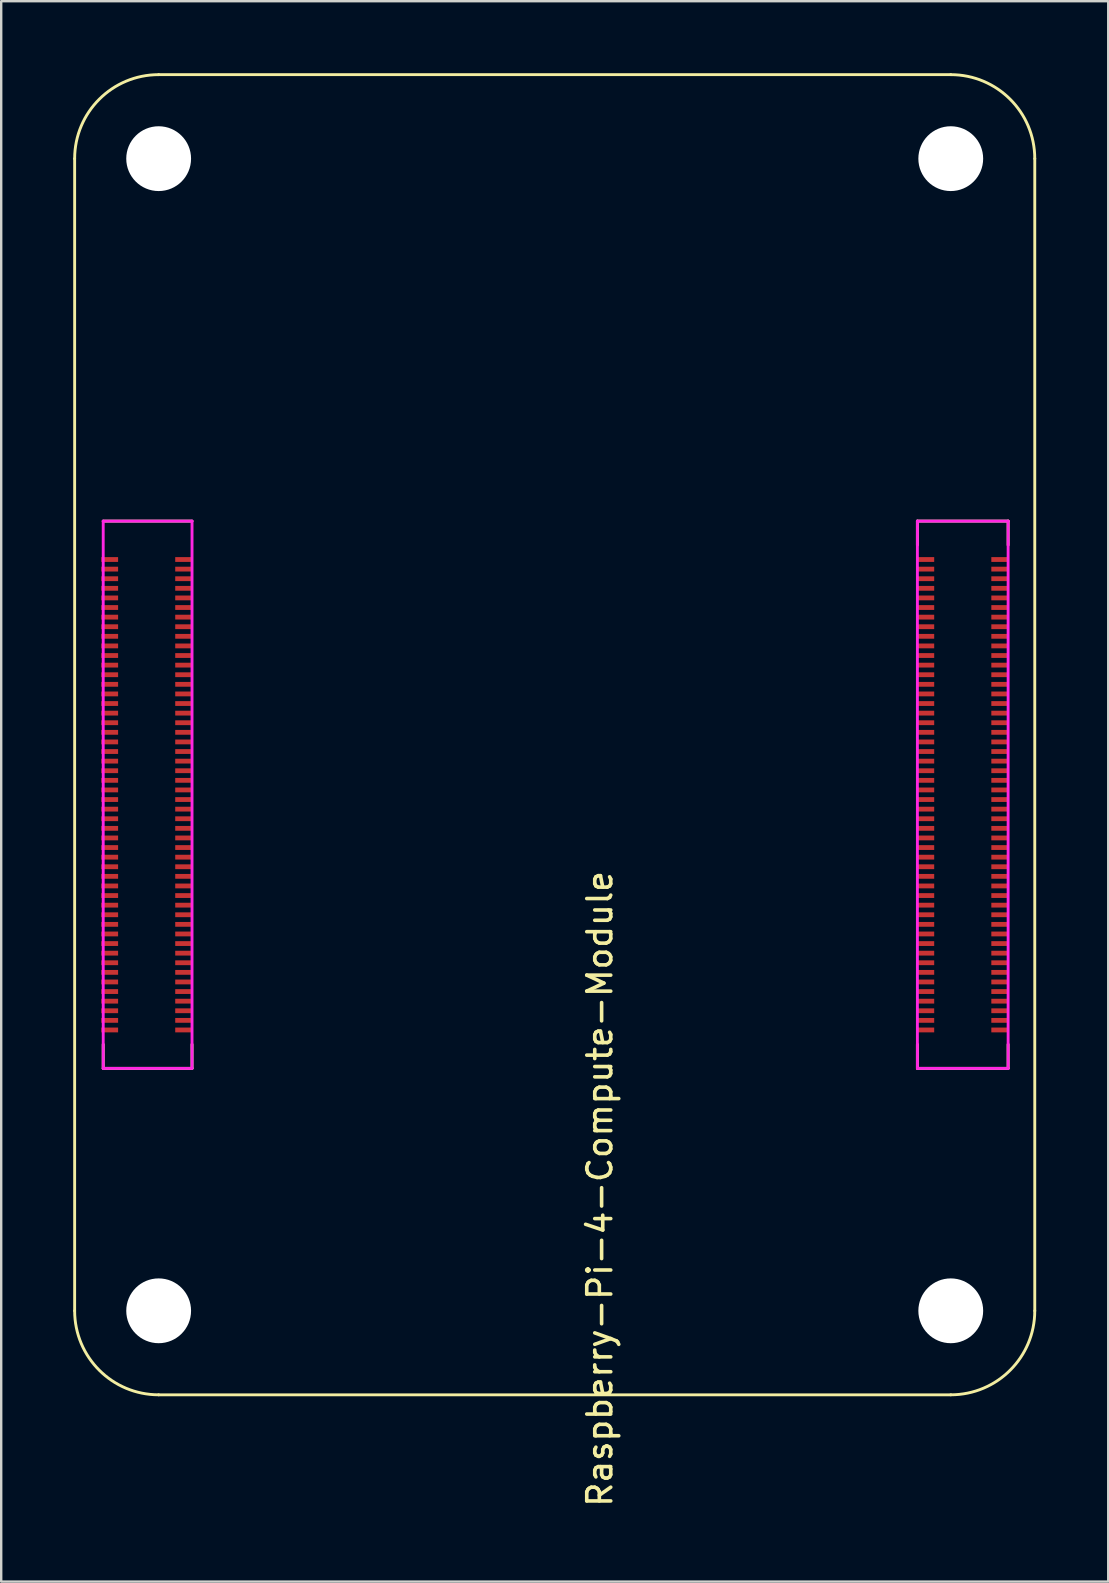
<source format=kicad_pcb>
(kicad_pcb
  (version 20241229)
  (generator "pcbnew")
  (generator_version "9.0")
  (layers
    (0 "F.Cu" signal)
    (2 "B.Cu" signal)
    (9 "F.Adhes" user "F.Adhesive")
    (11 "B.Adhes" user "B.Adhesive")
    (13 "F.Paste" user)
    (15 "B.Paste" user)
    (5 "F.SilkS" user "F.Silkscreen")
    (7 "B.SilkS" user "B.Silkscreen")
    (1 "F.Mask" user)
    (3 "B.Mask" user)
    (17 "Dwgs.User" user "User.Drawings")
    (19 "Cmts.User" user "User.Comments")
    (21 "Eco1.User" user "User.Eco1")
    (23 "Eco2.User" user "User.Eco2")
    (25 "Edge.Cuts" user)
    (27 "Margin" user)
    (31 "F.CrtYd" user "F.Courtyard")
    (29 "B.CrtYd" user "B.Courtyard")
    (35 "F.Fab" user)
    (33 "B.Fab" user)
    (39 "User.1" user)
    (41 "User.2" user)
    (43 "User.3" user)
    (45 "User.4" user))
  (footprint "Raspberry-Pi-4-Compute-Module"
    (layer "F.Cu")
    (at 3.56 51.56)
    (property "Reference" "Raspberry-Pi-4-Compute-Module" (at 18.38 -5.08 270) (layer "F.SilkS") (effects (font (size 1 1) (thickness 0.15))))
    (attr smd)
    (fp_line (start -3.5 -48) (end -3.5 0) (stroke (width 0.12) (type solid)) (layer "F.SilkS"))
    (fp_line (start -2.31 -32.9) (end 1.39 -32.9) (stroke (width 0.12) (type solid)) (layer "F.SilkS"))
    (fp_line (start -2.31 -10.1) (end -2.31 -11.1) (stroke (width 0.12) (type solid)) (layer "F.SilkS"))
    (fp_line (start -2.31 -10.1) (end 1.39 -10.1) (stroke (width 0.12) (type solid)) (layer "F.SilkS"))
    (fp_line (start 0 3.5) (end 33 3.5) (stroke (width 0.12) (type solid)) (layer "F.SilkS"))
    (fp_line (start 1.39 -10.1) (end 1.39 -11.1) (stroke (width 0.12) (type solid)) (layer "F.SilkS"))
    (fp_line (start 31.61 -32.9) (end 31.61 -31.9) (stroke (width 0.12) (type solid)) (layer "F.SilkS"))
    (fp_line (start 31.61 -32.9) (end 35.39 -32.9) (stroke (width 0.12) (type solid)) (layer "F.SilkS"))
    (fp_line (start 31.61 -10.1) (end 31.61 -11.1) (stroke (width 0.12) (type solid)) (layer "F.SilkS"))
    (fp_line (start 31.61 -10.1) (end 35.39 -10.1) (stroke (width 0.12) (type solid)) (layer "F.SilkS"))
    (fp_line (start 33 -51.5) (end 0 -51.5) (stroke (width 0.12) (type solid)) (layer "F.SilkS"))
    (fp_line (start 35.39 -32.9) (end 35.39 -31.9) (stroke (width 0.12) (type solid)) (layer "F.SilkS"))
    (fp_line (start 35.39 -10.1) (end 35.39 -11.1) (stroke (width 0.12) (type solid)) (layer "F.SilkS"))
    (fp_line (start 36.5 0) (end 36.5 -48) (stroke (width 0.12) (type solid)) (layer "F.SilkS"))
    (fp_arc (start -3.5 -48) (mid -2.474874 -50.474874) (end 0 -51.5) (stroke (width 0.12) (type solid)) (layer "F.SilkS"))
    (fp_arc (start 0 3.5) (mid -2.474874 2.474874) (end -3.5 0) (stroke (width 0.12) (type solid)) (layer "F.SilkS"))
    (fp_arc (start 33 -51.5) (mid 35.474874 -50.474874) (end 36.5 -48) (stroke (width 0.12) (type solid)) (layer "F.SilkS"))
    (fp_arc (start 36.5 0) (mid 35.474874 2.474874) (end 33 3.5) (stroke (width 0.12) (type solid)) (layer "F.SilkS"))
    (fp_line (start -2.31 -32.9) (end 1.39 -32.9) (stroke (width 0.12) (type solid)) (layer "F.CrtYd"))
    (fp_line (start -2.31 -10.1) (end -2.31 -32.9) (stroke (width 0.12) (type solid)) (layer "F.CrtYd"))
    (fp_line (start 1.39 -32.9) (end 1.39 -10.1) (stroke (width 0.12) (type solid)) (layer "F.CrtYd"))
    (fp_line (start 1.39 -10.1) (end -2.31 -10.1) (stroke (width 0.12) (type solid)) (layer "F.CrtYd"))
    (fp_line (start 31.61 -32.9) (end 35.39 -32.9) (stroke (width 0.12) (type solid)) (layer "F.CrtYd"))
    (fp_line (start 31.61 -10.1) (end 31.61 -32.9) (stroke (width 0.12) (type solid)) (layer "F.CrtYd"))
    (fp_line (start 35.39 -32.9) (end 35.39 -10.1) (stroke (width 0.12) (type solid)) (layer "F.CrtYd"))
    (fp_line (start 35.39 -10.1) (end 31.61 -10.1) (stroke (width 0.12) (type solid)) (layer "F.CrtYd"))
    (pad "" np_thru_hole circle (at 0 -48) (size 2.7 2.7) (drill 2.7) (layers "*.Cu" "*.Mask"))
    (pad "" np_thru_hole circle (at 0 0) (size 2.7 2.7) (drill 2.7) (layers "*.Cu" "*.Mask"))
    (pad "" np_thru_hole circle (at 33 -48) (size 2.7 2.7) (drill 2.7) (layers "*.Cu" "*.Mask"))
    (pad "" np_thru_hole circle (at 33 0) (size 2.7 2.7) (drill 2.7) (layers "*.Cu" "*.Mask"))
    (pad "1" smd rect (at -2.04 -31.3 270) (size 0.2 0.7) (layers "F.Cu" "F.Mask" "F.Paste"))
    (pad "2" smd rect (at 1.04 -31.3 270) (size 0.2 0.7) (layers "F.Cu" "F.Mask" "F.Paste"))
    (pad "3" smd rect (at -2.04 -30.9 270) (size 0.2 0.7) (layers "F.Cu" "F.Mask" "F.Paste"))
    (pad "4" smd rect (at 1.04 -30.9 270) (size 0.2 0.7) (layers "F.Cu" "F.Mask" "F.Paste"))
    (pad "5" smd rect (at -2.04 -30.5 270) (size 0.2 0.7) (layers "F.Cu" "F.Mask" "F.Paste"))
    (pad "6" smd rect (at 1.04 -30.5 270) (size 0.2 0.7) (layers "F.Cu" "F.Mask" "F.Paste"))
    (pad "7" smd rect (at -2.04 -30.1 270) (size 0.2 0.7) (layers "F.Cu" "F.Mask" "F.Paste"))
    (pad "8" smd rect (at 1.04 -30.1 270) (size 0.2 0.7) (layers "F.Cu" "F.Mask" "F.Paste"))
    (pad "9" smd rect (at -2.04 -29.7 270) (size 0.2 0.7) (layers "F.Cu" "F.Mask" "F.Paste"))
    (pad "10" smd rect (at 1.04 -29.7 270) (size 0.2 0.7) (layers "F.Cu" "F.Mask" "F.Paste"))
    (pad "11" smd rect (at -2.04 -29.3 270) (size 0.2 0.7) (layers "F.Cu" "F.Mask" "F.Paste"))
    (pad "12" smd rect (at 1.04 -29.3 270) (size 0.2 0.7) (layers "F.Cu" "F.Mask" "F.Paste"))
    (pad "13" smd rect (at -2.04 -28.9 270) (size 0.2 0.7) (layers "F.Cu" "F.Mask" "F.Paste"))
    (pad "14" smd rect (at 1.04 -28.9 270) (size 0.2 0.7) (layers "F.Cu" "F.Mask" "F.Paste"))
    (pad "15" smd rect (at -2.04 -28.5 270) (size 0.2 0.7) (layers "F.Cu" "F.Mask" "F.Paste"))
    (pad "16" smd rect (at 1.04 -28.5 270) (size 0.2 0.7) (layers "F.Cu" "F.Mask" "F.Paste"))
    (pad "17" smd rect (at -2.04 -28.1 270) (size 0.2 0.7) (layers "F.Cu" "F.Mask" "F.Paste"))
    (pad "18" smd rect (at 1.04 -28.1 270) (size 0.2 0.7) (layers "F.Cu" "F.Mask" "F.Paste"))
    (pad "19" smd rect (at -2.04 -27.7 270) (size 0.2 0.7) (layers "F.Cu" "F.Mask" "F.Paste"))
    (pad "20" smd rect (at 1.04 -27.7 270) (size 0.2 0.7) (layers "F.Cu" "F.Mask" "F.Paste"))
    (pad "21" smd rect (at -2.04 -27.3 270) (size 0.2 0.7) (layers "F.Cu" "F.Mask" "F.Paste"))
    (pad "22" smd rect (at 1.04 -27.3 270) (size 0.2 0.7) (layers "F.Cu" "F.Mask" "F.Paste"))
    (pad "23" smd rect (at -2.04 -26.9 270) (size 0.2 0.7) (layers "F.Cu" "F.Mask" "F.Paste"))
    (pad "24" smd rect (at 1.04 -26.9 270) (size 0.2 0.7) (layers "F.Cu" "F.Mask" "F.Paste"))
    (pad "25" smd rect (at -2.04 -26.5 270) (size 0.2 0.7) (layers "F.Cu" "F.Mask" "F.Paste"))
    (pad "26" smd rect (at 1.04 -26.5 270) (size 0.2 0.7) (layers "F.Cu" "F.Mask" "F.Paste"))
    (pad "27" smd rect (at -2.04 -26.1 270) (size 0.2 0.7) (layers "F.Cu" "F.Mask" "F.Paste"))
    (pad "28" smd rect (at 1.04 -26.1 270) (size 0.2 0.7) (layers "F.Cu" "F.Mask" "F.Paste"))
    (pad "29" smd rect (at -2.04 -25.7 270) (size 0.2 0.7) (layers "F.Cu" "F.Mask" "F.Paste"))
    (pad "30" smd rect (at 1.04 -25.7 270) (size 0.2 0.7) (layers "F.Cu" "F.Mask" "F.Paste"))
    (pad "31" smd rect (at -2.04 -25.3 270) (size 0.2 0.7) (layers "F.Cu" "F.Mask" "F.Paste"))
    (pad "32" smd rect (at 1.04 -25.3 270) (size 0.2 0.7) (layers "F.Cu" "F.Mask" "F.Paste"))
    (pad "33" smd rect (at -2.04 -24.9 270) (size 0.2 0.7) (layers "F.Cu" "F.Mask" "F.Paste"))
    (pad "34" smd rect (at 1.04 -24.9 270) (size 0.2 0.7) (layers "F.Cu" "F.Mask" "F.Paste"))
    (pad "35" smd rect (at -2.04 -24.5 270) (size 0.2 0.7) (layers "F.Cu" "F.Mask" "F.Paste"))
    (pad "36" smd rect (at 1.04 -24.5 270) (size 0.2 0.7) (layers "F.Cu" "F.Mask" "F.Paste"))
    (pad "37" smd rect (at -2.04 -24.1 270) (size 0.2 0.7) (layers "F.Cu" "F.Mask" "F.Paste"))
    (pad "38" smd rect (at 1.04 -24.1 270) (size 0.2 0.7) (layers "F.Cu" "F.Mask" "F.Paste"))
    (pad "39" smd rect (at -2.04 -23.7 270) (size 0.2 0.7) (layers "F.Cu" "F.Mask" "F.Paste"))
    (pad "40" smd rect (at 1.04 -23.7 270) (size 0.2 0.7) (layers "F.Cu" "F.Mask" "F.Paste"))
    (pad "41" smd rect (at -2.04 -23.3 270) (size 0.2 0.7) (layers "F.Cu" "F.Mask" "F.Paste"))
    (pad "42" smd rect (at 1.04 -23.3 270) (size 0.2 0.7) (layers "F.Cu" "F.Mask" "F.Paste"))
    (pad "43" smd rect (at -2.04 -22.9 270) (size 0.2 0.7) (layers "F.Cu" "F.Mask" "F.Paste"))
    (pad "44" smd rect (at 1.04 -22.9 270) (size 0.2 0.7) (layers "F.Cu" "F.Mask" "F.Paste"))
    (pad "45" smd rect (at -2.04 -22.5 270) (size 0.2 0.7) (layers "F.Cu" "F.Mask" "F.Paste"))
    (pad "46" smd rect (at 1.04 -22.5 270) (size 0.2 0.7) (layers "F.Cu" "F.Mask" "F.Paste"))
    (pad "47" smd rect (at -2.04 -22.1 270) (size 0.2 0.7) (layers "F.Cu" "F.Mask" "F.Paste"))
    (pad "48" smd rect (at 1.04 -22.1 270) (size 0.2 0.7) (layers "F.Cu" "F.Mask" "F.Paste"))
    (pad "49" smd rect (at -2.04 -21.7 270) (size 0.2 0.7) (layers "F.Cu" "F.Mask" "F.Paste"))
    (pad "50" smd rect (at 1.04 -21.7 270) (size 0.2 0.7) (layers "F.Cu" "F.Mask" "F.Paste"))
    (pad "51" smd rect (at -2.04 -21.3 270) (size 0.2 0.7) (layers "F.Cu" "F.Mask" "F.Paste"))
    (pad "52" smd rect (at 1.04 -21.3 270) (size 0.2 0.7) (layers "F.Cu" "F.Mask" "F.Paste"))
    (pad "53" smd rect (at -2.04 -20.9 270) (size 0.2 0.7) (layers "F.Cu" "F.Mask" "F.Paste"))
    (pad "54" smd rect (at 1.04 -20.9 270) (size 0.2 0.7) (layers "F.Cu" "F.Mask" "F.Paste"))
    (pad "55" smd rect (at -2.04 -20.5 270) (size 0.2 0.7) (layers "F.Cu" "F.Mask" "F.Paste"))
    (pad "56" smd rect (at 1.04 -20.5 270) (size 0.2 0.7) (layers "F.Cu" "F.Mask" "F.Paste"))
    (pad "57" smd rect (at -2.04 -20.1 270) (size 0.2 0.7) (layers "F.Cu" "F.Mask" "F.Paste"))
    (pad "58" smd rect (at 1.04 -20.1 270) (size 0.2 0.7) (layers "F.Cu" "F.Mask" "F.Paste"))
    (pad "59" smd rect (at -2.04 -19.7 270) (size 0.2 0.7) (layers "F.Cu" "F.Mask" "F.Paste"))
    (pad "60" smd rect (at 1.04 -19.7 270) (size 0.2 0.7) (layers "F.Cu" "F.Mask" "F.Paste"))
    (pad "61" smd rect (at -2.04 -19.3 270) (size 0.2 0.7) (layers "F.Cu" "F.Mask" "F.Paste"))
    (pad "62" smd rect (at 1.04 -19.3 270) (size 0.2 0.7) (layers "F.Cu" "F.Mask" "F.Paste"))
    (pad "63" smd rect (at -2.04 -18.9 270) (size 0.2 0.7) (layers "F.Cu" "F.Mask" "F.Paste"))
    (pad "64" smd rect (at 1.04 -18.9 270) (size 0.2 0.7) (layers "F.Cu" "F.Mask" "F.Paste"))
    (pad "65" smd rect (at -2.04 -18.5 270) (size 0.2 0.7) (layers "F.Cu" "F.Mask" "F.Paste"))
    (pad "66" smd rect (at 1.04 -18.5 270) (size 0.2 0.7) (layers "F.Cu" "F.Mask" "F.Paste"))
    (pad "67" smd rect (at -2.04 -18.1 270) (size 0.2 0.7) (layers "F.Cu" "F.Mask" "F.Paste"))
    (pad "68" smd rect (at 1.04 -18.1 270) (size 0.2 0.7) (layers "F.Cu" "F.Mask" "F.Paste"))
    (pad "69" smd rect (at -2.04 -17.7 270) (size 0.2 0.7) (layers "F.Cu" "F.Mask" "F.Paste"))
    (pad "70" smd rect (at 1.04 -17.7 270) (size 0.2 0.7) (layers "F.Cu" "F.Mask" "F.Paste"))
    (pad "71" smd rect (at -2.04 -17.3 270) (size 0.2 0.7) (layers "F.Cu" "F.Mask" "F.Paste"))
    (pad "72" smd rect (at 1.04 -17.3 270) (size 0.2 0.7) (layers "F.Cu" "F.Mask" "F.Paste"))
    (pad "73" smd rect (at -2.04 -16.9 270) (size 0.2 0.7) (layers "F.Cu" "F.Mask" "F.Paste"))
    (pad "74" smd rect (at 1.04 -16.9 270) (size 0.2 0.7) (layers "F.Cu" "F.Mask" "F.Paste"))
    (pad "75" smd rect (at -2.04 -16.5 270) (size 0.2 0.7) (layers "F.Cu" "F.Mask" "F.Paste"))
    (pad "76" smd rect (at 1.04 -16.5 270) (size 0.2 0.7) (layers "F.Cu" "F.Mask" "F.Paste"))
    (pad "77" smd rect (at -2.04 -16.1 270) (size 0.2 0.7) (layers "F.Cu" "F.Mask" "F.Paste"))
    (pad "78" smd rect (at 1.04 -16.1 270) (size 0.2 0.7) (layers "F.Cu" "F.Mask" "F.Paste"))
    (pad "79" smd rect (at -2.04 -15.7 270) (size 0.2 0.7) (layers "F.Cu" "F.Mask" "F.Paste"))
    (pad "80" smd rect (at 1.04 -15.7 270) (size 0.2 0.7) (layers "F.Cu" "F.Mask" "F.Paste"))
    (pad "81" smd rect (at -2.04 -15.3 270) (size 0.2 0.7) (layers "F.Cu" "F.Mask" "F.Paste"))
    (pad "82" smd rect (at 1.04 -15.3 270) (size 0.2 0.7) (layers "F.Cu" "F.Mask" "F.Paste"))
    (pad "83" smd rect (at -2.04 -14.9 270) (size 0.2 0.7) (layers "F.Cu" "F.Mask" "F.Paste"))
    (pad "84" smd rect (at 1.04 -14.9 270) (size 0.2 0.7) (layers "F.Cu" "F.Mask" "F.Paste"))
    (pad "85" smd rect (at -2.04 -14.5 270) (size 0.2 0.7) (layers "F.Cu" "F.Mask" "F.Paste"))
    (pad "86" smd rect (at 1.04 -14.5 270) (size 0.2 0.7) (layers "F.Cu" "F.Mask" "F.Paste"))
    (pad "87" smd rect (at -2.04 -14.1 270) (size 0.2 0.7) (layers "F.Cu" "F.Mask" "F.Paste"))
    (pad "88" smd rect (at 1.04 -14.1 270) (size 0.2 0.7) (layers "F.Cu" "F.Mask" "F.Paste"))
    (pad "89" smd rect (at -2.04 -13.7 270) (size 0.2 0.7) (layers "F.Cu" "F.Mask" "F.Paste"))
    (pad "90" smd rect (at 1.04 -13.7 270) (size 0.2 0.7) (layers "F.Cu" "F.Mask" "F.Paste"))
    (pad "91" smd rect (at -2.04 -13.3 270) (size 0.2 0.7) (layers "F.Cu" "F.Mask" "F.Paste"))
    (pad "92" smd rect (at 1.04 -13.3 270) (size 0.2 0.7) (layers "F.Cu" "F.Mask" "F.Paste"))
    (pad "93" smd rect (at -2.04 -12.9 270) (size 0.2 0.7) (layers "F.Cu" "F.Mask" "F.Paste"))
    (pad "94" smd rect (at 1.04 -12.9 270) (size 0.2 0.7) (layers "F.Cu" "F.Mask" "F.Paste"))
    (pad "95" smd rect (at -2.04 -12.5 270) (size 0.2 0.7) (layers "F.Cu" "F.Mask" "F.Paste"))
    (pad "96" smd rect (at 1.04 -12.5 270) (size 0.2 0.7) (layers "F.Cu" "F.Mask" "F.Paste"))
    (pad "97" smd rect (at -2.04 -12.1 270) (size 0.2 0.7) (layers "F.Cu" "F.Mask" "F.Paste"))
    (pad "98" smd rect (at 1.04 -12.1 270) (size 0.2 0.7) (layers "F.Cu" "F.Mask" "F.Paste"))
    (pad "99" smd rect (at -2.04 -11.7 270) (size 0.2 0.7) (layers "F.Cu" "F.Mask" "F.Paste"))
    (pad "100" smd rect (at 1.04 -11.7 270) (size 0.2 0.7) (layers "F.Cu" "F.Mask" "F.Paste"))
    (pad "101" smd rect (at 31.96 -31.3 270) (size 0.2 0.7) (layers "F.Cu" "F.Mask" "F.Paste"))
    (pad "102" smd rect (at 35.04 -31.3 270) (size 0.2 0.7) (layers "F.Cu" "F.Mask" "F.Paste"))
    (pad "103" smd rect (at 31.96 -30.9 270) (size 0.2 0.7) (layers "F.Cu" "F.Mask" "F.Paste"))
    (pad "104" smd rect (at 35.04 -30.9 270) (size 0.2 0.7) (layers "F.Cu" "F.Mask" "F.Paste"))
    (pad "105" smd rect (at 31.96 -30.5 270) (size 0.2 0.7) (layers "F.Cu" "F.Mask" "F.Paste"))
    (pad "106" smd rect (at 35.04 -30.5 270) (size 0.2 0.7) (layers "F.Cu" "F.Mask" "F.Paste"))
    (pad "107" smd rect (at 31.96 -30.1 270) (size 0.2 0.7) (layers "F.Cu" "F.Mask" "F.Paste"))
    (pad "108" smd rect (at 35.04 -30.1 270) (size 0.2 0.7) (layers "F.Cu" "F.Mask" "F.Paste"))
    (pad "109" smd rect (at 31.96 -29.7 270) (size 0.2 0.7) (layers "F.Cu" "F.Mask" "F.Paste"))
    (pad "110" smd rect (at 35.04 -29.7 270) (size 0.2 0.7) (layers "F.Cu" "F.Mask" "F.Paste"))
    (pad "111" smd rect (at 31.96 -29.3 270) (size 0.2 0.7) (layers "F.Cu" "F.Mask" "F.Paste"))
    (pad "112" smd rect (at 35.04 -29.3 270) (size 0.2 0.7) (layers "F.Cu" "F.Mask" "F.Paste"))
    (pad "113" smd rect (at 31.96 -28.9 270) (size 0.2 0.7) (layers "F.Cu" "F.Mask" "F.Paste"))
    (pad "114" smd rect (at 35.04 -28.9 270) (size 0.2 0.7) (layers "F.Cu" "F.Mask" "F.Paste"))
    (pad "115" smd rect (at 31.96 -28.5 270) (size 0.2 0.7) (layers "F.Cu" "F.Mask" "F.Paste"))
    (pad "116" smd rect (at 35.04 -28.5 270) (size 0.2 0.7) (layers "F.Cu" "F.Mask" "F.Paste"))
    (pad "117" smd rect (at 31.96 -28.1 270) (size 0.2 0.7) (layers "F.Cu" "F.Mask" "F.Paste"))
    (pad "118" smd rect (at 35.04 -28.1 270) (size 0.2 0.7) (layers "F.Cu" "F.Mask" "F.Paste"))
    (pad "119" smd rect (at 31.96 -27.7 270) (size 0.2 0.7) (layers "F.Cu" "F.Mask" "F.Paste"))
    (pad "120" smd rect (at 35.04 -27.7 270) (size 0.2 0.7) (layers "F.Cu" "F.Mask" "F.Paste"))
    (pad "121" smd rect (at 31.96 -27.3 270) (size 0.2 0.7) (layers "F.Cu" "F.Mask" "F.Paste"))
    (pad "122" smd rect (at 35.04 -27.3 270) (size 0.2 0.7) (layers "F.Cu" "F.Mask" "F.Paste"))
    (pad "123" smd rect (at 31.96 -26.9 270) (size 0.2 0.7) (layers "F.Cu" "F.Mask" "F.Paste"))
    (pad "124" smd rect (at 35.04 -26.9 270) (size 0.2 0.7) (layers "F.Cu" "F.Mask" "F.Paste"))
    (pad "125" smd rect (at 31.96 -26.5 270) (size 0.2 0.7) (layers "F.Cu" "F.Mask" "F.Paste"))
    (pad "126" smd rect (at 35.04 -26.5 270) (size 0.2 0.7) (layers "F.Cu" "F.Mask" "F.Paste"))
    (pad "127" smd rect (at 31.96 -26.1 270) (size 0.2 0.7) (layers "F.Cu" "F.Mask" "F.Paste"))
    (pad "128" smd rect (at 35.04 -26.1 270) (size 0.2 0.7) (layers "F.Cu" "F.Mask" "F.Paste"))
    (pad "129" smd rect (at 31.96 -25.7 270) (size 0.2 0.7) (layers "F.Cu" "F.Mask" "F.Paste"))
    (pad "130" smd rect (at 35.04 -25.7 270) (size 0.2 0.7) (layers "F.Cu" "F.Mask" "F.Paste"))
    (pad "131" smd rect (at 31.96 -25.3 270) (size 0.2 0.7) (layers "F.Cu" "F.Mask" "F.Paste"))
    (pad "132" smd rect (at 35.04 -25.3 270) (size 0.2 0.7) (layers "F.Cu" "F.Mask" "F.Paste"))
    (pad "133" smd rect (at 31.96 -24.9 270) (size 0.2 0.7) (layers "F.Cu" "F.Mask" "F.Paste"))
    (pad "134" smd rect (at 35.04 -24.9 270) (size 0.2 0.7) (layers "F.Cu" "F.Mask" "F.Paste"))
    (pad "135" smd rect (at 31.96 -24.5 270) (size 0.2 0.7) (layers "F.Cu" "F.Mask" "F.Paste"))
    (pad "136" smd rect (at 35.04 -24.5 270) (size 0.2 0.7) (layers "F.Cu" "F.Mask" "F.Paste"))
    (pad "137" smd rect (at 31.96 -24.1 270) (size 0.2 0.7) (layers "F.Cu" "F.Mask" "F.Paste"))
    (pad "138" smd rect (at 35.04 -24.1 270) (size 0.2 0.7) (layers "F.Cu" "F.Mask" "F.Paste"))
    (pad "139" smd rect (at 31.96 -23.7 270) (size 0.2 0.7) (layers "F.Cu" "F.Mask" "F.Paste"))
    (pad "140" smd rect (at 35.04 -23.7 270) (size 0.2 0.7) (layers "F.Cu" "F.Mask" "F.Paste"))
    (pad "141" smd rect (at 31.96 -23.3 270) (size 0.2 0.7) (layers "F.Cu" "F.Mask" "F.Paste"))
    (pad "142" smd rect (at 35.04 -23.3 270) (size 0.2 0.7) (layers "F.Cu" "F.Mask" "F.Paste"))
    (pad "143" smd rect (at 31.96 -22.9 270) (size 0.2 0.7) (layers "F.Cu" "F.Mask" "F.Paste"))
    (pad "144" smd rect (at 35.04 -22.9 270) (size 0.2 0.7) (layers "F.Cu" "F.Mask" "F.Paste"))
    (pad "145" smd rect (at 31.96 -22.5 270) (size 0.2 0.7) (layers "F.Cu" "F.Mask" "F.Paste"))
    (pad "146" smd rect (at 35.04 -22.5 270) (size 0.2 0.7) (layers "F.Cu" "F.Mask" "F.Paste"))
    (pad "147" smd rect (at 31.96 -22.1 270) (size 0.2 0.7) (layers "F.Cu" "F.Mask" "F.Paste"))
    (pad "148" smd rect (at 35.04 -22.1 270) (size 0.2 0.7) (layers "F.Cu" "F.Mask" "F.Paste"))
    (pad "149" smd rect (at 31.96 -21.7 270) (size 0.2 0.7) (layers "F.Cu" "F.Mask" "F.Paste"))
    (pad "150" smd rect (at 35.04 -21.7 270) (size 0.2 0.7) (layers "F.Cu" "F.Mask" "F.Paste"))
    (pad "151" smd rect (at 31.96 -21.3 270) (size 0.2 0.7) (layers "F.Cu" "F.Mask" "F.Paste"))
    (pad "152" smd rect (at 35.04 -21.3 270) (size 0.2 0.7) (layers "F.Cu" "F.Mask" "F.Paste"))
    (pad "153" smd rect (at 31.96 -20.9 270) (size 0.2 0.7) (layers "F.Cu" "F.Mask" "F.Paste"))
    (pad "154" smd rect (at 35.04 -20.9 270) (size 0.2 0.7) (layers "F.Cu" "F.Mask" "F.Paste"))
    (pad "155" smd rect (at 31.96 -20.5 270) (size 0.2 0.7) (layers "F.Cu" "F.Mask" "F.Paste"))
    (pad "156" smd rect (at 35.04 -20.5 270) (size 0.2 0.7) (layers "F.Cu" "F.Mask" "F.Paste"))
    (pad "157" smd rect (at 31.96 -20.1 270) (size 0.2 0.7) (layers "F.Cu" "F.Mask" "F.Paste"))
    (pad "158" smd rect (at 35.04 -20.1 270) (size 0.2 0.7) (layers "F.Cu" "F.Mask" "F.Paste"))
    (pad "159" smd rect (at 31.96 -19.7 270) (size 0.2 0.7) (layers "F.Cu" "F.Mask" "F.Paste"))
    (pad "160" smd rect (at 35.04 -19.7 270) (size 0.2 0.7) (layers "F.Cu" "F.Mask" "F.Paste"))
    (pad "161" smd rect (at 31.96 -19.3 270) (size 0.2 0.7) (layers "F.Cu" "F.Mask" "F.Paste"))
    (pad "162" smd rect (at 35.04 -19.3 270) (size 0.2 0.7) (layers "F.Cu" "F.Mask" "F.Paste"))
    (pad "163" smd rect (at 31.96 -18.9 270) (size 0.2 0.7) (layers "F.Cu" "F.Mask" "F.Paste"))
    (pad "164" smd rect (at 35.04 -18.9 270) (size 0.2 0.7) (layers "F.Cu" "F.Mask" "F.Paste"))
    (pad "165" smd rect (at 31.96 -18.5 270) (size 0.2 0.7) (layers "F.Cu" "F.Mask" "F.Paste"))
    (pad "166" smd rect (at 35.04 -18.5 270) (size 0.2 0.7) (layers "F.Cu" "F.Mask" "F.Paste"))
    (pad "167" smd rect (at 31.96 -18.1 270) (size 0.2 0.7) (layers "F.Cu" "F.Mask" "F.Paste"))
    (pad "168" smd rect (at 35.04 -18.1 270) (size 0.2 0.7) (layers "F.Cu" "F.Mask" "F.Paste"))
    (pad "169" smd rect (at 31.96 -17.7 270) (size 0.2 0.7) (layers "F.Cu" "F.Mask" "F.Paste"))
    (pad "170" smd rect (at 35.04 -17.7 270) (size 0.2 0.7) (layers "F.Cu" "F.Mask" "F.Paste"))
    (pad "171" smd rect (at 31.96 -17.3 270) (size 0.2 0.7) (layers "F.Cu" "F.Mask" "F.Paste"))
    (pad "172" smd rect (at 35.04 -17.3 270) (size 0.2 0.7) (layers "F.Cu" "F.Mask" "F.Paste"))
    (pad "173" smd rect (at 31.96 -16.9 270) (size 0.2 0.7) (layers "F.Cu" "F.Mask" "F.Paste"))
    (pad "174" smd rect (at 35.04 -16.9 270) (size 0.2 0.7) (layers "F.Cu" "F.Mask" "F.Paste"))
    (pad "175" smd rect (at 31.96 -16.5 270) (size 0.2 0.7) (layers "F.Cu" "F.Mask" "F.Paste"))
    (pad "176" smd rect (at 35.04 -16.5 270) (size 0.2 0.7) (layers "F.Cu" "F.Mask" "F.Paste"))
    (pad "177" smd rect (at 31.96 -16.1 270) (size 0.2 0.7) (layers "F.Cu" "F.Mask" "F.Paste"))
    (pad "178" smd rect (at 35.04 -16.1 270) (size 0.2 0.7) (layers "F.Cu" "F.Mask" "F.Paste"))
    (pad "179" smd rect (at 31.96 -15.7 270) (size 0.2 0.7) (layers "F.Cu" "F.Mask" "F.Paste"))
    (pad "180" smd rect (at 35.04 -15.7 270) (size 0.2 0.7) (layers "F.Cu" "F.Mask" "F.Paste"))
    (pad "181" smd rect (at 31.96 -15.3 270) (size 0.2 0.7) (layers "F.Cu" "F.Mask" "F.Paste"))
    (pad "182" smd rect (at 35.04 -15.3 270) (size 0.2 0.7) (layers "F.Cu" "F.Mask" "F.Paste"))
    (pad "183" smd rect (at 31.96 -14.9 270) (size 0.2 0.7) (layers "F.Cu" "F.Mask" "F.Paste"))
    (pad "184" smd rect (at 35.04 -14.9 270) (size 0.2 0.7) (layers "F.Cu" "F.Mask" "F.Paste"))
    (pad "185" smd rect (at 31.96 -14.5 270) (size 0.2 0.7) (layers "F.Cu" "F.Mask" "F.Paste"))
    (pad "186" smd rect (at 35.04 -14.5 270) (size 0.2 0.7) (layers "F.Cu" "F.Mask" "F.Paste"))
    (pad "187" smd rect (at 31.96 -14.1 270) (size 0.2 0.7) (layers "F.Cu" "F.Mask" "F.Paste"))
    (pad "188" smd rect (at 35.04 -14.1 270) (size 0.2 0.7) (layers "F.Cu" "F.Mask" "F.Paste"))
    (pad "189" smd rect (at 31.96 -13.7 270) (size 0.2 0.7) (layers "F.Cu" "F.Mask" "F.Paste"))
    (pad "190" smd rect (at 35.04 -13.7 270) (size 0.2 0.7) (layers "F.Cu" "F.Mask" "F.Paste"))
    (pad "191" smd rect (at 31.96 -13.3 270) (size 0.2 0.7) (layers "F.Cu" "F.Mask" "F.Paste"))
    (pad "192" smd rect (at 35.04 -13.3 270) (size 0.2 0.7) (layers "F.Cu" "F.Mask" "F.Paste"))
    (pad "193" smd rect (at 31.96 -12.9 270) (size 0.2 0.7) (layers "F.Cu" "F.Mask" "F.Paste"))
    (pad "194" smd rect (at 35.04 -12.9 270) (size 0.2 0.7) (layers "F.Cu" "F.Mask" "F.Paste"))
    (pad "195" smd rect (at 31.96 -12.5 270) (size 0.2 0.7) (layers "F.Cu" "F.Mask" "F.Paste"))
    (pad "196" smd rect (at 35.04 -12.5 270) (size 0.2 0.7) (layers "F.Cu" "F.Mask" "F.Paste"))
    (pad "197" smd rect (at 31.96 -12.1 270) (size 0.2 0.7) (layers "F.Cu" "F.Mask" "F.Paste"))
    (pad "198" smd rect (at 35.04 -12.1 270) (size 0.2 0.7) (layers "F.Cu" "F.Mask" "F.Paste"))
    (pad "199" smd rect (at 31.96 -11.7 270) (size 0.2 0.7) (layers "F.Cu" "F.Mask" "F.Paste"))
    (pad "200" smd rect (at 35.04 -11.7 270) (size 0.2 0.7) (layers "F.Cu" "F.Mask" "F.Paste")))
  (gr_rect
    (start -3 -3)
    (end 43.12 62.843)
    (stroke (width 0.1) (type default))
    (fill no)
    (layer "Edge.Cuts")))
</source>
